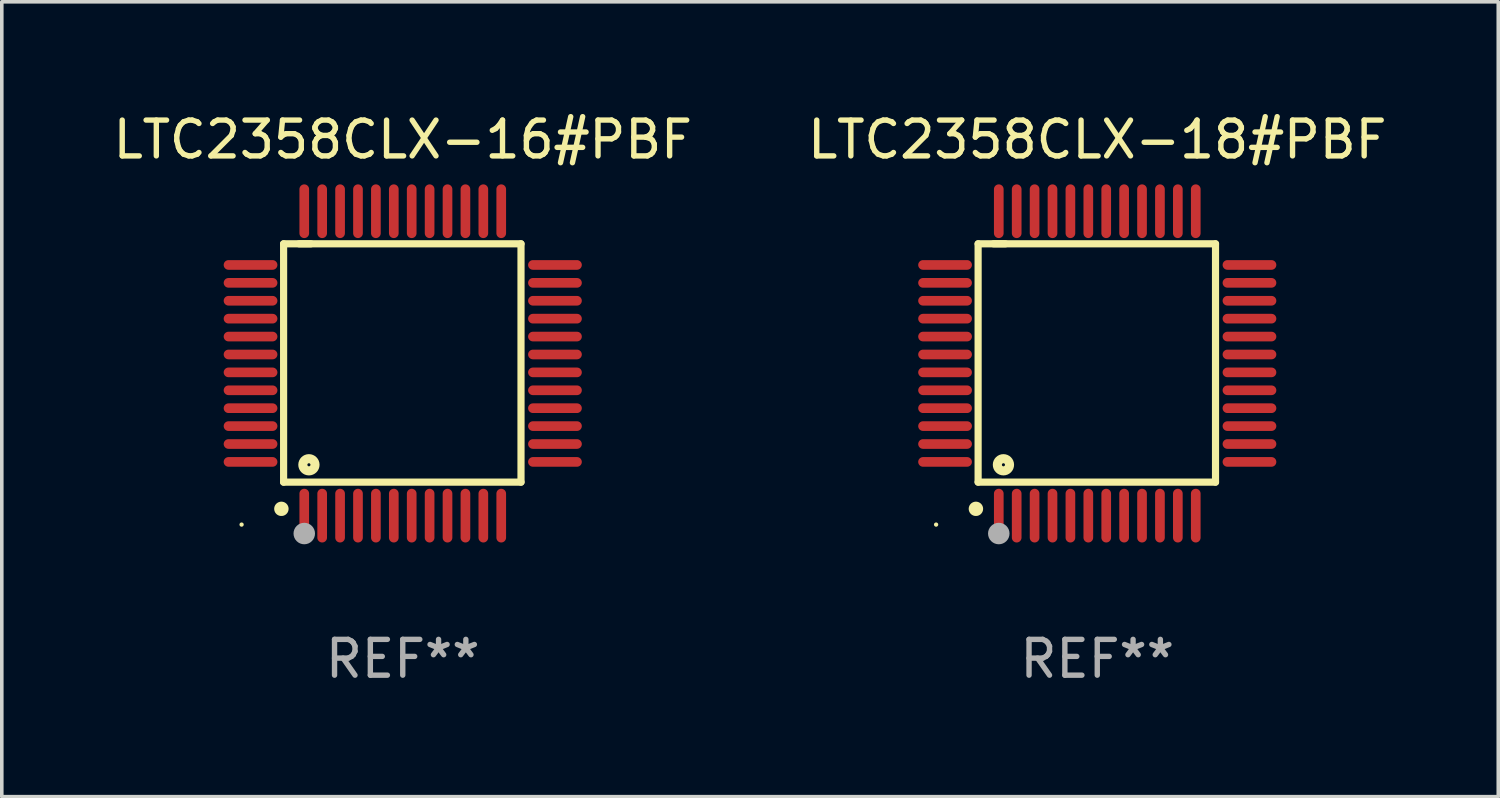
<source format=kicad_pcb>
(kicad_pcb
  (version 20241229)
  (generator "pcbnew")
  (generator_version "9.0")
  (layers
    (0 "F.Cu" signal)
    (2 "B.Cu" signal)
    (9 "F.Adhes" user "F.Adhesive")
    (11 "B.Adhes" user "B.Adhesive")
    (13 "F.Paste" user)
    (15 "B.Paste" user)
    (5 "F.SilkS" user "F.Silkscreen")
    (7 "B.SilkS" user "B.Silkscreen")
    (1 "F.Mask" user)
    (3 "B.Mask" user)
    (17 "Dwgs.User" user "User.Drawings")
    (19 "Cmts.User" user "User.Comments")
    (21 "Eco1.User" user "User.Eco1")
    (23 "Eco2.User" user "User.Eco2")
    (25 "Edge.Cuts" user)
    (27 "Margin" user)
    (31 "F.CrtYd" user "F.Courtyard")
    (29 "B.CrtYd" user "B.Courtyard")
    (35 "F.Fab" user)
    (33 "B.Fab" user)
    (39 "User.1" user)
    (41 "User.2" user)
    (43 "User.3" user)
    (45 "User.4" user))
  (footprint "LTC2358CLX-18#PBF"
    (layer "F.Cu")
    (at 27.589 7.098)
    (property "Reference" "LTC2358CLX-18#PBF" (at 0 -6.25 0) (layer "F.SilkS") (effects (font (size 1 1) (thickness 0.15))))
    (attr through_hole)
    (fp_line (start -3.327 -3.34) (end -2.565 -3.34) (stroke (width 0.2) (type solid)) (layer "F.SilkS"))
    (fp_line (start -3.327 3.315) (end -3.327 -3.34) (stroke (width 0.2) (type solid)) (layer "F.SilkS"))
    (fp_line (start -2.896 -3.34) (end 3.302 -3.34) (stroke (width 0.2) (type solid)) (layer "F.SilkS"))
    (fp_line (start 3.302 -3.34) (end 3.302 3.315) (stroke (width 0.2) (type solid)) (layer "F.SilkS"))
    (fp_line (start 3.302 3.315) (end -3.327 3.315) (stroke (width 0.2) (type solid)) (layer "F.SilkS"))
    (fp_arc (start -3.389992 4.059995) (mid -3.388722 4.059991) (end -3.387452 4.059995) (stroke (width 0.4) (type solid)) (layer "F.SilkS"))
    (fp_circle (center -4.5 4.5) (end -4.47 4.5) (stroke (width 0.06) (type solid)) (fill no) (layer "F.SilkS"))
    (fp_circle (center -2.62 2.83) (end -2.45 2.83) (stroke (width 0.254) (type solid)) (fill no) (layer "F.SilkS"))
    (fp_circle (center -2.75 4.75) (end -2.6 4.75) (stroke (width 0.3) (type solid)) (fill no) (layer "F.Fab"))
    (fp_text user "REF**" (at 0 8.25 0) (layer "F.Fab") (effects (font (size 1 1) (thickness 0.15))))
    (pad "1" smd oval (at -2.75 4.25) (size 0.27 1.5) (layers "F.Cu" "F.Mask" "F.Paste"))
    (pad "2" smd oval (at -2.25 4.25) (size 0.27 1.5) (layers "F.Cu" "F.Mask" "F.Paste"))
    (pad "3" smd oval (at -1.75 4.25) (size 0.27 1.5) (layers "F.Cu" "F.Mask" "F.Paste"))
    (pad "4" smd oval (at -1.25 4.25) (size 0.27 1.5) (layers "F.Cu" "F.Mask" "F.Paste"))
    (pad "5" smd oval (at -0.75 4.25) (size 0.27 1.5) (layers "F.Cu" "F.Mask" "F.Paste"))
    (pad "6" smd oval (at -0.25 4.25) (size 0.27 1.5) (layers "F.Cu" "F.Mask" "F.Paste"))
    (pad "7" smd oval (at 0.25 4.25) (size 0.27 1.5) (layers "F.Cu" "F.Mask" "F.Paste"))
    (pad "8" smd oval (at 0.75 4.25) (size 0.27 1.5) (layers "F.Cu" "F.Mask" "F.Paste"))
    (pad "9" smd oval (at 1.25 4.25) (size 0.27 1.5) (layers "F.Cu" "F.Mask" "F.Paste"))
    (pad "10" smd oval (at 1.75 4.25) (size 0.27 1.5) (layers "F.Cu" "F.Mask" "F.Paste"))
    (pad "11" smd oval (at 2.25 4.25) (size 0.27 1.5) (layers "F.Cu" "F.Mask" "F.Paste"))
    (pad "12" smd oval (at 2.75 4.25) (size 0.27 1.5) (layers "F.Cu" "F.Mask" "F.Paste"))
    (pad "13" smd oval (at 4.25 2.75) (size 1.5 0.27) (layers "F.Cu" "F.Mask" "F.Paste"))
    (pad "14" smd oval (at 4.25 2.25) (size 1.5 0.27) (layers "F.Cu" "F.Mask" "F.Paste"))
    (pad "15" smd oval (at 4.25 1.75) (size 1.5 0.27) (layers "F.Cu" "F.Mask" "F.Paste"))
    (pad "16" smd oval (at 4.25 1.25) (size 1.5 0.27) (layers "F.Cu" "F.Mask" "F.Paste"))
    (pad "17" smd oval (at 4.25 0.75) (size 1.5 0.27) (layers "F.Cu" "F.Mask" "F.Paste"))
    (pad "18" smd oval (at 4.25 0.25) (size 1.5 0.27) (layers "F.Cu" "F.Mask" "F.Paste"))
    (pad "19" smd oval (at 4.25 -0.25) (size 1.5 0.27) (layers "F.Cu" "F.Mask" "F.Paste"))
    (pad "20" smd oval (at 4.25 -0.75) (size 1.5 0.27) (layers "F.Cu" "F.Mask" "F.Paste"))
    (pad "21" smd oval (at 4.25 -1.25) (size 1.5 0.27) (layers "F.Cu" "F.Mask" "F.Paste"))
    (pad "22" smd oval (at 4.25 -1.75) (size 1.5 0.27) (layers "F.Cu" "F.Mask" "F.Paste"))
    (pad "23" smd oval (at 4.25 -2.25) (size 1.5 0.27) (layers "F.Cu" "F.Mask" "F.Paste"))
    (pad "24" smd oval (at 4.25 -2.75) (size 1.5 0.27) (layers "F.Cu" "F.Mask" "F.Paste"))
    (pad "25" smd oval (at 2.75 -4.25) (size 0.27 1.5) (layers "F.Cu" "F.Mask" "F.Paste"))
    (pad "26" smd oval (at 2.25 -4.25) (size 0.27 1.5) (layers "F.Cu" "F.Mask" "F.Paste"))
    (pad "27" smd oval (at 1.75 -4.25) (size 0.27 1.5) (layers "F.Cu" "F.Mask" "F.Paste"))
    (pad "28" smd oval (at 1.25 -4.25) (size 0.27 1.5) (layers "F.Cu" "F.Mask" "F.Paste"))
    (pad "29" smd oval (at 0.75 -4.25) (size 0.27 1.5) (layers "F.Cu" "F.Mask" "F.Paste"))
    (pad "30" smd oval (at 0.25 -4.25) (size 0.27 1.5) (layers "F.Cu" "F.Mask" "F.Paste"))
    (pad "31" smd oval (at -0.25 -4.25) (size 0.27 1.5) (layers "F.Cu" "F.Mask" "F.Paste"))
    (pad "32" smd oval (at -0.75 -4.25) (size 0.27 1.5) (layers "F.Cu" "F.Mask" "F.Paste"))
    (pad "33" smd oval (at -1.25 -4.25) (size 0.27 1.5) (layers "F.Cu" "F.Mask" "F.Paste"))
    (pad "34" smd oval (at -1.75 -4.25) (size 0.27 1.5) (layers "F.Cu" "F.Mask" "F.Paste"))
    (pad "35" smd oval (at -2.25 -4.25) (size 0.27 1.5) (layers "F.Cu" "F.Mask" "F.Paste"))
    (pad "36" smd oval (at -2.75 -4.25) (size 0.27 1.5) (layers "F.Cu" "F.Mask" "F.Paste"))
    (pad "37" smd oval (at -4.25 -2.75) (size 1.5 0.27) (layers "F.Cu" "F.Mask" "F.Paste"))
    (pad "38" smd oval (at -4.25 -2.25) (size 1.5 0.27) (layers "F.Cu" "F.Mask" "F.Paste"))
    (pad "39" smd oval (at -4.25 -1.75) (size 1.5 0.27) (layers "F.Cu" "F.Mask" "F.Paste"))
    (pad "40" smd oval (at -4.25 -1.25) (size 1.5 0.27) (layers "F.Cu" "F.Mask" "F.Paste"))
    (pad "41" smd oval (at -4.25 -0.75) (size 1.5 0.27) (layers "F.Cu" "F.Mask" "F.Paste"))
    (pad "42" smd oval (at -4.25 -0.25) (size 1.5 0.27) (layers "F.Cu" "F.Mask" "F.Paste"))
    (pad "43" smd oval (at -4.25 0.25) (size 1.5 0.27) (layers "F.Cu" "F.Mask" "F.Paste"))
    (pad "44" smd oval (at -4.25 0.75) (size 1.5 0.27) (layers "F.Cu" "F.Mask" "F.Paste"))
    (pad "45" smd oval (at -4.25 1.25) (size 1.5 0.27) (layers "F.Cu" "F.Mask" "F.Paste"))
    (pad "46" smd oval (at -4.25 1.75) (size 1.5 0.27) (layers "F.Cu" "F.Mask" "F.Paste"))
    (pad "47" smd oval (at -4.25 2.25) (size 1.5 0.27) (layers "F.Cu" "F.Mask" "F.Paste"))
    (pad "48" smd oval (at -4.25 2.75) (size 1.5 0.27) (layers "F.Cu" "F.Mask" "F.Paste")))
  (footprint "LTC2358CLX-16#PBF"
    (layer "F.Cu")
    (at 8.196 7.098)
    (property "Reference" "LTC2358CLX-16#PBF" (at 0 -6.25 0) (layer "F.SilkS") (effects (font (size 1 1) (thickness 0.15))))
    (attr through_hole)
    (fp_line (start -3.327 -3.34) (end -2.565 -3.34) (stroke (width 0.2) (type solid)) (layer "F.SilkS"))
    (fp_line (start -3.327 3.315) (end -3.327 -3.34) (stroke (width 0.2) (type solid)) (layer "F.SilkS"))
    (fp_line (start -2.896 -3.34) (end 3.302 -3.34) (stroke (width 0.2) (type solid)) (layer "F.SilkS"))
    (fp_line (start 3.302 -3.34) (end 3.302 3.315) (stroke (width 0.2) (type solid)) (layer "F.SilkS"))
    (fp_line (start 3.302 3.315) (end -3.327 3.315) (stroke (width 0.2) (type solid)) (layer "F.SilkS"))
    (fp_arc (start -3.389992 4.059995) (mid -3.388722 4.059991) (end -3.387452 4.059995) (stroke (width 0.4) (type solid)) (layer "F.SilkS"))
    (fp_circle (center -4.5 4.5) (end -4.47 4.5) (stroke (width 0.06) (type solid)) (fill no) (layer "F.SilkS"))
    (fp_circle (center -2.62 2.83) (end -2.45 2.83) (stroke (width 0.254) (type solid)) (fill no) (layer "F.SilkS"))
    (fp_circle (center -2.75 4.75) (end -2.6 4.75) (stroke (width 0.3) (type solid)) (fill no) (layer "F.Fab"))
    (fp_text user "REF**" (at 0 8.25 0) (layer "F.Fab") (effects (font (size 1 1) (thickness 0.15))))
    (pad "1" smd oval (at -2.75 4.25) (size 0.27 1.5) (layers "F.Cu" "F.Mask" "F.Paste"))
    (pad "2" smd oval (at -2.25 4.25) (size 0.27 1.5) (layers "F.Cu" "F.Mask" "F.Paste"))
    (pad "3" smd oval (at -1.75 4.25) (size 0.27 1.5) (layers "F.Cu" "F.Mask" "F.Paste"))
    (pad "4" smd oval (at -1.25 4.25) (size 0.27 1.5) (layers "F.Cu" "F.Mask" "F.Paste"))
    (pad "5" smd oval (at -0.75 4.25) (size 0.27 1.5) (layers "F.Cu" "F.Mask" "F.Paste"))
    (pad "6" smd oval (at -0.25 4.25) (size 0.27 1.5) (layers "F.Cu" "F.Mask" "F.Paste"))
    (pad "7" smd oval (at 0.25 4.25) (size 0.27 1.5) (layers "F.Cu" "F.Mask" "F.Paste"))
    (pad "8" smd oval (at 0.75 4.25) (size 0.27 1.5) (layers "F.Cu" "F.Mask" "F.Paste"))
    (pad "9" smd oval (at 1.25 4.25) (size 0.27 1.5) (layers "F.Cu" "F.Mask" "F.Paste"))
    (pad "10" smd oval (at 1.75 4.25) (size 0.27 1.5) (layers "F.Cu" "F.Mask" "F.Paste"))
    (pad "11" smd oval (at 2.25 4.25) (size 0.27 1.5) (layers "F.Cu" "F.Mask" "F.Paste"))
    (pad "12" smd oval (at 2.75 4.25) (size 0.27 1.5) (layers "F.Cu" "F.Mask" "F.Paste"))
    (pad "13" smd oval (at 4.25 2.75) (size 1.5 0.27) (layers "F.Cu" "F.Mask" "F.Paste"))
    (pad "14" smd oval (at 4.25 2.25) (size 1.5 0.27) (layers "F.Cu" "F.Mask" "F.Paste"))
    (pad "15" smd oval (at 4.25 1.75) (size 1.5 0.27) (layers "F.Cu" "F.Mask" "F.Paste"))
    (pad "16" smd oval (at 4.25 1.25) (size 1.5 0.27) (layers "F.Cu" "F.Mask" "F.Paste"))
    (pad "17" smd oval (at 4.25 0.75) (size 1.5 0.27) (layers "F.Cu" "F.Mask" "F.Paste"))
    (pad "18" smd oval (at 4.25 0.25) (size 1.5 0.27) (layers "F.Cu" "F.Mask" "F.Paste"))
    (pad "19" smd oval (at 4.25 -0.25) (size 1.5 0.27) (layers "F.Cu" "F.Mask" "F.Paste"))
    (pad "20" smd oval (at 4.25 -0.75) (size 1.5 0.27) (layers "F.Cu" "F.Mask" "F.Paste"))
    (pad "21" smd oval (at 4.25 -1.25) (size 1.5 0.27) (layers "F.Cu" "F.Mask" "F.Paste"))
    (pad "22" smd oval (at 4.25 -1.75) (size 1.5 0.27) (layers "F.Cu" "F.Mask" "F.Paste"))
    (pad "23" smd oval (at 4.25 -2.25) (size 1.5 0.27) (layers "F.Cu" "F.Mask" "F.Paste"))
    (pad "24" smd oval (at 4.25 -2.75) (size 1.5 0.27) (layers "F.Cu" "F.Mask" "F.Paste"))
    (pad "25" smd oval (at 2.75 -4.25) (size 0.27 1.5) (layers "F.Cu" "F.Mask" "F.Paste"))
    (pad "26" smd oval (at 2.25 -4.25) (size 0.27 1.5) (layers "F.Cu" "F.Mask" "F.Paste"))
    (pad "27" smd oval (at 1.75 -4.25) (size 0.27 1.5) (layers "F.Cu" "F.Mask" "F.Paste"))
    (pad "28" smd oval (at 1.25 -4.25) (size 0.27 1.5) (layers "F.Cu" "F.Mask" "F.Paste"))
    (pad "29" smd oval (at 0.75 -4.25) (size 0.27 1.5) (layers "F.Cu" "F.Mask" "F.Paste"))
    (pad "30" smd oval (at 0.25 -4.25) (size 0.27 1.5) (layers "F.Cu" "F.Mask" "F.Paste"))
    (pad "31" smd oval (at -0.25 -4.25) (size 0.27 1.5) (layers "F.Cu" "F.Mask" "F.Paste"))
    (pad "32" smd oval (at -0.75 -4.25) (size 0.27 1.5) (layers "F.Cu" "F.Mask" "F.Paste"))
    (pad "33" smd oval (at -1.25 -4.25) (size 0.27 1.5) (layers "F.Cu" "F.Mask" "F.Paste"))
    (pad "34" smd oval (at -1.75 -4.25) (size 0.27 1.5) (layers "F.Cu" "F.Mask" "F.Paste"))
    (pad "35" smd oval (at -2.25 -4.25) (size 0.27 1.5) (layers "F.Cu" "F.Mask" "F.Paste"))
    (pad "36" smd oval (at -2.75 -4.25) (size 0.27 1.5) (layers "F.Cu" "F.Mask" "F.Paste"))
    (pad "37" smd oval (at -4.25 -2.75) (size 1.5 0.27) (layers "F.Cu" "F.Mask" "F.Paste"))
    (pad "38" smd oval (at -4.25 -2.25) (size 1.5 0.27) (layers "F.Cu" "F.Mask" "F.Paste"))
    (pad "39" smd oval (at -4.25 -1.75) (size 1.5 0.27) (layers "F.Cu" "F.Mask" "F.Paste"))
    (pad "40" smd oval (at -4.25 -1.25) (size 1.5 0.27) (layers "F.Cu" "F.Mask" "F.Paste"))
    (pad "41" smd oval (at -4.25 -0.75) (size 1.5 0.27) (layers "F.Cu" "F.Mask" "F.Paste"))
    (pad "42" smd oval (at -4.25 -0.25) (size 1.5 0.27) (layers "F.Cu" "F.Mask" "F.Paste"))
    (pad "43" smd oval (at -4.25 0.25) (size 1.5 0.27) (layers "F.Cu" "F.Mask" "F.Paste"))
    (pad "44" smd oval (at -4.25 0.75) (size 1.5 0.27) (layers "F.Cu" "F.Mask" "F.Paste"))
    (pad "45" smd oval (at -4.25 1.25) (size 1.5 0.27) (layers "F.Cu" "F.Mask" "F.Paste"))
    (pad "46" smd oval (at -4.25 1.75) (size 1.5 0.27) (layers "F.Cu" "F.Mask" "F.Paste"))
    (pad "47" smd oval (at -4.25 2.25) (size 1.5 0.27) (layers "F.Cu" "F.Mask" "F.Paste"))
    (pad "48" smd oval (at -4.25 2.75) (size 1.5 0.27) (layers "F.Cu" "F.Mask" "F.Paste")))
  (gr_rect
    (start -3 -3)
    (end 38.786 19.196)
    (stroke (width 0.1) (type default))
    (fill no)
    (layer "Edge.Cuts")))
</source>
